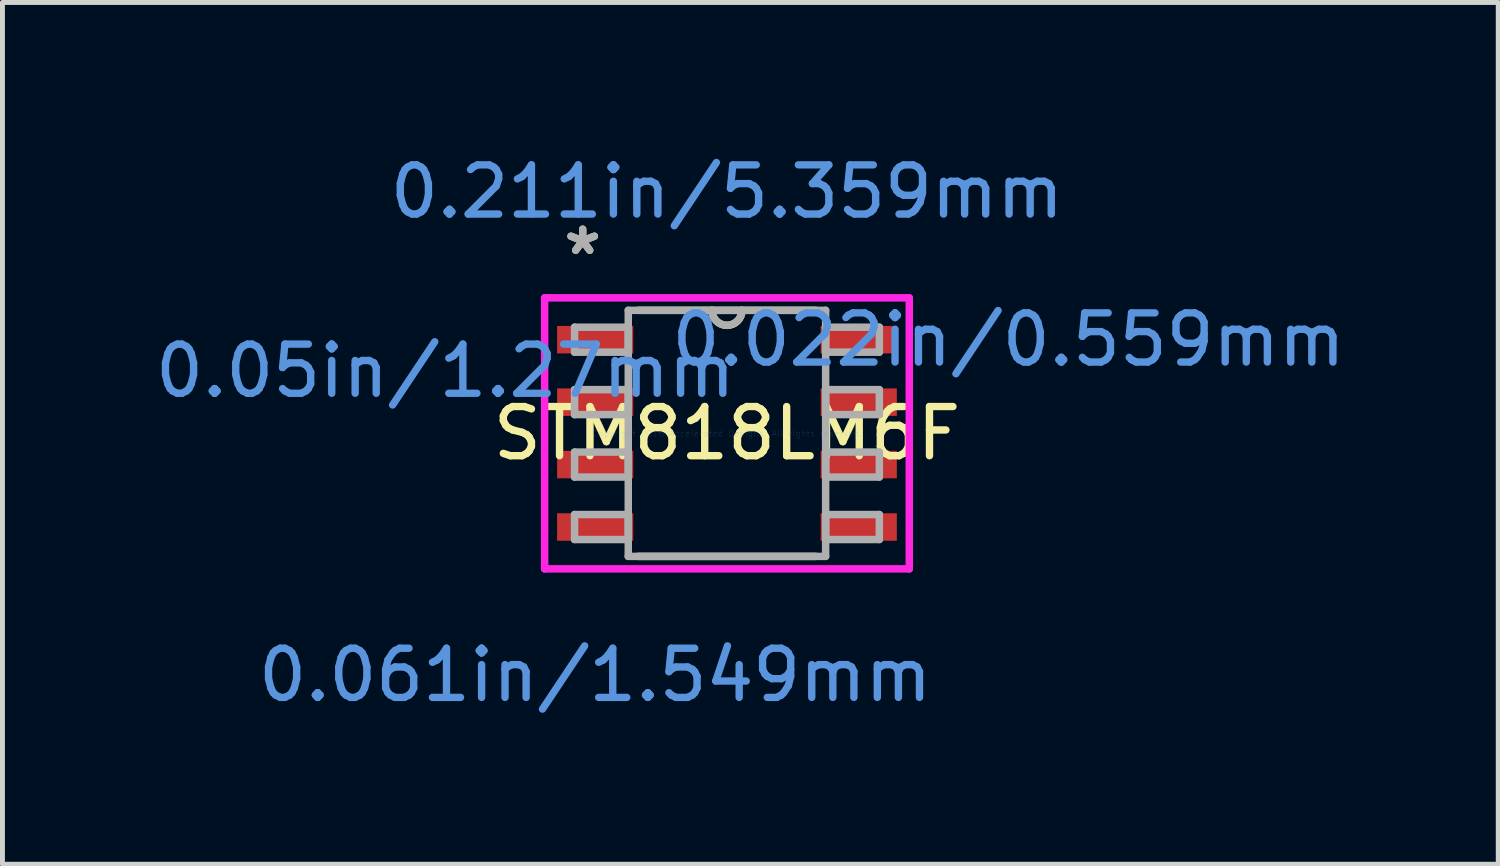
<source format=kicad_pcb>
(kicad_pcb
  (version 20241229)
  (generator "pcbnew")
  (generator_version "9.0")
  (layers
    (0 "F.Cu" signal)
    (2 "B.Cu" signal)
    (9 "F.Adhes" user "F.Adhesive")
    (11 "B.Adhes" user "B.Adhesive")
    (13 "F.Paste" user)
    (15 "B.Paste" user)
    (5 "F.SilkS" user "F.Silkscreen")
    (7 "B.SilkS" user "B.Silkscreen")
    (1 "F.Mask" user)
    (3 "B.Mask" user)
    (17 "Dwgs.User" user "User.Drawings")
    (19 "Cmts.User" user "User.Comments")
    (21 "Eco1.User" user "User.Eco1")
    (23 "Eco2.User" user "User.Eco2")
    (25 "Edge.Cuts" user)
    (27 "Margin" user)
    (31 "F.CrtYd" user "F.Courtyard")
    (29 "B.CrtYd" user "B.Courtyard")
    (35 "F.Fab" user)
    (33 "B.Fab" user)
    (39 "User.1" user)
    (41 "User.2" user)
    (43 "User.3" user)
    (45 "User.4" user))
  (footprint "STM818LM6F"
    (layer "F.Cu")
    (at 11.734 5.763)
    (property "Reference" "STM818LM6F" (at 0 0 0) (layer "F.SilkS") (effects (font (size 1 1) (thickness 0.15))))
    (attr through_hole)
    (fp_line (start -1.805 2.502) (end 1.805 2.502) (stroke (width 0.152) (type solid)) (layer "F.SilkS"))
    (fp_line (start 1.805 -2.502) (end -1.805 -2.502) (stroke (width 0.152) (type solid)) (layer "F.SilkS"))
    (fp_arc (start 0.3048 -2.5019) (mid 0 -2.1971) (end -0.3048 -2.5019) (stroke (width 0.1524) (type solid)) (layer "F.SilkS"))
    (fp_line (start -3.708 -2.756) (end 3.708 -2.756) (stroke (width 0.152) (type solid)) (layer "F.CrtYd"))
    (fp_line (start -3.708 2.756) (end -3.708 -2.756) (stroke (width 0.152) (type solid)) (layer "F.CrtYd"))
    (fp_line (start 3.708 -2.756) (end 3.708 2.756) (stroke (width 0.152) (type solid)) (layer "F.CrtYd"))
    (fp_line (start 3.708 2.756) (end -3.708 2.756) (stroke (width 0.152) (type solid)) (layer "F.CrtYd"))
    (fp_line (start -3.099 -2.159) (end -3.099 -1.651) (stroke (width 0.152) (type solid)) (layer "F.Fab"))
    (fp_line (start -3.099 -1.651) (end -2.007 -1.651) (stroke (width 0.152) (type solid)) (layer "F.Fab"))
    (fp_line (start -3.099 -0.889) (end -3.099 -0.381) (stroke (width 0.152) (type solid)) (layer "F.Fab"))
    (fp_line (start -3.099 -0.381) (end -2.007 -0.381) (stroke (width 0.152) (type solid)) (layer "F.Fab"))
    (fp_line (start -3.099 0.381) (end -3.099 0.889) (stroke (width 0.152) (type solid)) (layer "F.Fab"))
    (fp_line (start -3.099 0.889) (end -2.007 0.889) (stroke (width 0.152) (type solid)) (layer "F.Fab"))
    (fp_line (start -3.099 1.651) (end -3.099 2.159) (stroke (width 0.152) (type solid)) (layer "F.Fab"))
    (fp_line (start -3.099 2.159) (end -2.007 2.159) (stroke (width 0.152) (type solid)) (layer "F.Fab"))
    (fp_line (start -2.007 -2.502) (end -2.007 2.502) (stroke (width 0.152) (type solid)) (layer "F.Fab"))
    (fp_line (start -2.007 -2.159) (end -3.099 -2.159) (stroke (width 0.152) (type solid)) (layer "F.Fab"))
    (fp_line (start -2.007 -1.651) (end -2.007 -2.159) (stroke (width 0.152) (type solid)) (layer "F.Fab"))
    (fp_line (start -2.007 -0.889) (end -3.099 -0.889) (stroke (width 0.152) (type solid)) (layer "F.Fab"))
    (fp_line (start -2.007 -0.381) (end -2.007 -0.889) (stroke (width 0.152) (type solid)) (layer "F.Fab"))
    (fp_line (start -2.007 0.381) (end -3.099 0.381) (stroke (width 0.152) (type solid)) (layer "F.Fab"))
    (fp_line (start -2.007 0.889) (end -2.007 0.381) (stroke (width 0.152) (type solid)) (layer "F.Fab"))
    (fp_line (start -2.007 1.651) (end -3.099 1.651) (stroke (width 0.152) (type solid)) (layer "F.Fab"))
    (fp_line (start -2.007 2.159) (end -2.007 1.651) (stroke (width 0.152) (type solid)) (layer "F.Fab"))
    (fp_line (start -2.007 2.502) (end 2.007 2.502) (stroke (width 0.152) (type solid)) (layer "F.Fab"))
    (fp_line (start 2.007 -2.502) (end -2.007 -2.502) (stroke (width 0.152) (type solid)) (layer "F.Fab"))
    (fp_line (start 2.007 -2.159) (end 2.007 -1.651) (stroke (width 0.152) (type solid)) (layer "F.Fab"))
    (fp_line (start 2.007 -1.651) (end 3.099 -1.651) (stroke (width 0.152) (type solid)) (layer "F.Fab"))
    (fp_line (start 2.007 -0.889) (end 2.007 -0.381) (stroke (width 0.152) (type solid)) (layer "F.Fab"))
    (fp_line (start 2.007 -0.381) (end 3.099 -0.381) (stroke (width 0.152) (type solid)) (layer "F.Fab"))
    (fp_line (start 2.007 0.381) (end 2.007 0.889) (stroke (width 0.152) (type solid)) (layer "F.Fab"))
    (fp_line (start 2.007 0.889) (end 3.099 0.889) (stroke (width 0.152) (type solid)) (layer "F.Fab"))
    (fp_line (start 2.007 1.651) (end 2.007 2.159) (stroke (width 0.152) (type solid)) (layer "F.Fab"))
    (fp_line (start 2.007 2.159) (end 3.099 2.159) (stroke (width 0.152) (type solid)) (layer "F.Fab"))
    (fp_line (start 2.007 2.502) (end 2.007 -2.502) (stroke (width 0.152) (type solid)) (layer "F.Fab"))
    (fp_line (start 3.099 -2.159) (end 2.007 -2.159) (stroke (width 0.152) (type solid)) (layer "F.Fab"))
    (fp_line (start 3.099 -1.651) (end 3.099 -2.159) (stroke (width 0.152) (type solid)) (layer "F.Fab"))
    (fp_line (start 3.099 -0.889) (end 2.007 -0.889) (stroke (width 0.152) (type solid)) (layer "F.Fab"))
    (fp_line (start 3.099 -0.381) (end 3.099 -0.889) (stroke (width 0.152) (type solid)) (layer "F.Fab"))
    (fp_line (start 3.099 0.381) (end 2.007 0.381) (stroke (width 0.152) (type solid)) (layer "F.Fab"))
    (fp_line (start 3.099 0.889) (end 3.099 0.381) (stroke (width 0.152) (type solid)) (layer "F.Fab"))
    (fp_line (start 3.099 1.651) (end 2.007 1.651) (stroke (width 0.152) (type solid)) (layer "F.Fab"))
    (fp_line (start 3.099 2.159) (end 3.099 1.651) (stroke (width 0.152) (type solid)) (layer "F.Fab"))
    (fp_arc (start 0.3048 -2.5019) (mid 0 -2.1971) (end -0.3048 -2.5019) (stroke (width 0.1524) (type solid)) (layer "F.Fab"))
    (fp_text user "*" (at -2.934 -3.607 0) (layer "F.SilkS") (effects (font (size 1 1) (thickness 0.15))))
    (fp_text user "0.05in/1.27mm" (at -5.728 -1.27 0) (layer "Cmts.User") (effects (font (size 1 1) (thickness 0.15))))
    (fp_text user "0.022in/0.559mm" (at 5.728 -1.905 0) (layer "Cmts.User") (effects (font (size 1 1) (thickness 0.15))))
    (fp_text user "Copyright 2016 Accelerated Designs. All rights reserved." (at 0 0 0) (layer "Cmts.User") (effects (font (size 0.127 0.127) (thickness 0.002))))
    (fp_text user "0.061in/1.549mm" (at -2.68 4.915 0) (layer "Cmts.User") (effects (font (size 1 1) (thickness 0.15))))
    (fp_text user "0.211in/5.359mm" (at 0 -4.915 0) (layer "Cmts.User") (effects (font (size 1 1) (thickness 0.15))))
    (fp_text user "*" (at -2.934 -3.607 0) (layer "F.Fab") (effects (font (size 1 1) (thickness 0.15))))
    (pad "1" smd rect (at -2.68 -1.905) (size 1.549 0.559) (layers "F.Cu" "F.Mask" "F.Paste"))
    (pad "2" smd rect (at -2.68 -0.635) (size 1.549 0.559) (layers "F.Cu" "F.Mask" "F.Paste"))
    (pad "3" smd rect (at -2.68 0.635) (size 1.549 0.559) (layers "F.Cu" "F.Mask" "F.Paste"))
    (pad "4" smd rect (at -2.68 1.905) (size 1.549 0.559) (layers "F.Cu" "F.Mask" "F.Paste"))
    (pad "5" smd rect (at 2.68 1.905) (size 1.549 0.559) (layers "F.Cu" "F.Mask" "F.Paste"))
    (pad "6" smd rect (at 2.68 0.635) (size 1.549 0.559) (layers "F.Cu" "F.Mask" "F.Paste"))
    (pad "7" smd rect (at 2.68 -0.635) (size 1.549 0.559) (layers "F.Cu" "F.Mask" "F.Paste"))
    (pad "8" smd rect (at 2.68 -1.905) (size 1.549 0.559) (layers "F.Cu" "F.Mask" "F.Paste")))
  (gr_rect
    (start -3 -3)
    (end 27.42 14.526)
    (stroke (width 0.1) (type default))
    (fill no)
    (layer "Edge.Cuts")))
</source>
